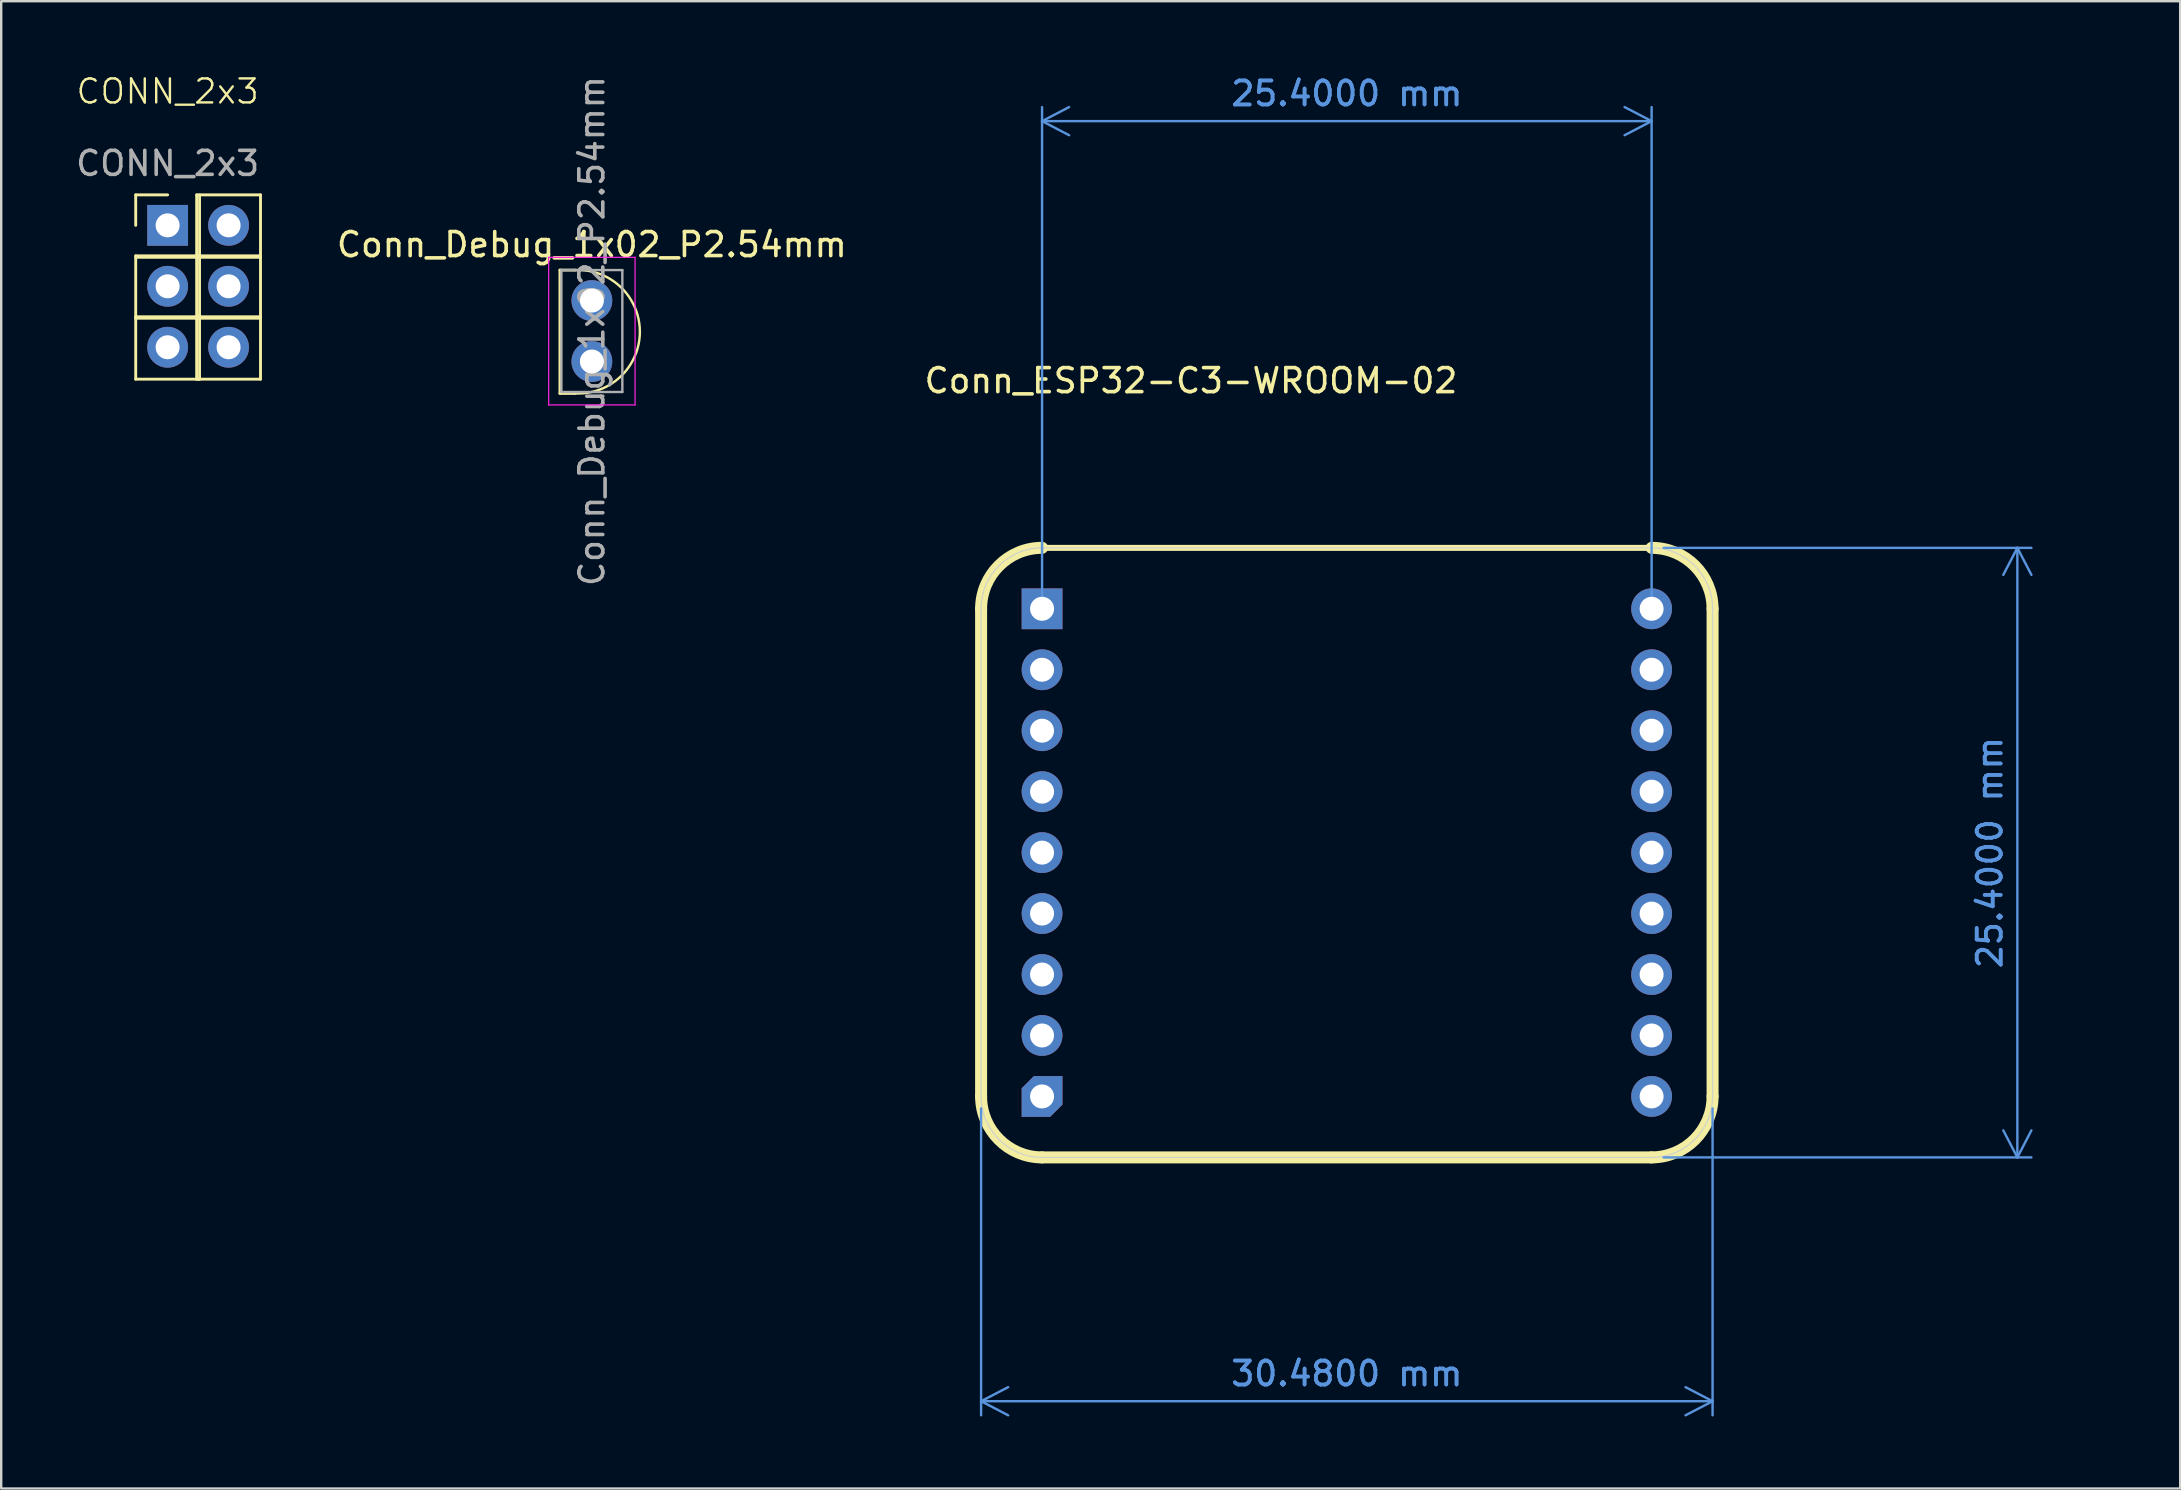
<source format=kicad_pcb>
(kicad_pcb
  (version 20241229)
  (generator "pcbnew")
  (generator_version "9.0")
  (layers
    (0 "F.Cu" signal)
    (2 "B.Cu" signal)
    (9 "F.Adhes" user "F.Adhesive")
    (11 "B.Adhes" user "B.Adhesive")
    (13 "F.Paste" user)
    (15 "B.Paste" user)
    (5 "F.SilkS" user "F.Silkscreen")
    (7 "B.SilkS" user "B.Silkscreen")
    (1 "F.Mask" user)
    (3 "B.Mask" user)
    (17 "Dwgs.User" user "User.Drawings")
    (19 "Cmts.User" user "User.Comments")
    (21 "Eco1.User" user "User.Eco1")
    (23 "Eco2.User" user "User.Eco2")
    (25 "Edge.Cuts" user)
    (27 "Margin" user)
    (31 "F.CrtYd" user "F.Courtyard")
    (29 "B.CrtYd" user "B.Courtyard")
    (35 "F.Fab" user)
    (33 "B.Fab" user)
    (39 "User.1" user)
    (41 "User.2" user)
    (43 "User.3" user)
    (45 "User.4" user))
  (footprint "Conn_ESP32-C3-WROOM-02"
    (layer "F.Cu")
    (at 55.612 27.398)
    (property "Reference" "Conn_ESP32-C3-WROOM-02" (at -9.035 -14.585 0) (layer "F.SilkS") (effects (font (size 1 1) (thickness 0.15))))
    (attr smd)
    (fp_line (start -17.78 -5.08) (end -17.78 15.24) (stroke (width 0.5) (type default)) (layer "F.SilkS"))
    (fp_line (start -15.24 -7.62) (end 10.16 -7.62) (stroke (width 0.25) (type default)) (layer "F.SilkS"))
    (fp_line (start -15.24 17.78) (end 10.16 17.78) (stroke (width 0.5) (type default)) (layer "F.SilkS"))
    (fp_line (start 12.7 -5.08) (end 12.7 15.24) (stroke (width 0.5) (type default)) (layer "F.SilkS"))
    (fp_arc (start -17.78 -5.08) (mid -17.036051 -6.876051) (end -15.24 -7.62) (stroke (width 0.5) (type default)) (layer "F.SilkS"))
    (fp_arc (start -15.24 17.78) (mid -17.036051 17.036051) (end -17.78 15.24) (stroke (width 0.5) (type default)) (layer "F.SilkS"))
    (fp_arc (start 10.16 -7.62) (mid 11.956051 -6.876051) (end 12.7 -5.08) (stroke (width 0.5) (type default)) (layer "F.SilkS"))
    (fp_arc (start 12.7 15.24) (mid 11.956051 17.036051) (end 10.16 17.78) (stroke (width 0.5) (type default)) (layer "F.SilkS"))
    (fp_line (start -17.78 15.24) (end -17.78 -5.08) (stroke (width 0.05) (type default)) (layer "Edge.Cuts"))
    (fp_line (start -15.24 -7.62) (end 10.16 -7.62) (stroke (width 0.05) (type default)) (layer "Edge.Cuts"))
    (fp_line (start 10.16 17.78) (end -15.24 17.78) (stroke (width 0.05) (type default)) (layer "Edge.Cuts"))
    (fp_line (start 12.7 -5.08) (end 12.7 15.24) (stroke (width 0.05) (type default)) (layer "Edge.Cuts"))
    (fp_arc (start -17.78 -5.08) (mid -17.036051 -6.876051) (end -15.24 -7.62) (stroke (width 0.05) (type default)) (layer "Edge.Cuts"))
    (fp_arc (start -15.24 17.78) (mid -17.036051 17.036051) (end -17.78 15.24) (stroke (width 0.05) (type default)) (layer "Edge.Cuts"))
    (fp_arc (start 10.16 -7.62) (mid 11.956051 -6.876051) (end 12.7 -5.08) (stroke (width 0.05) (type default)) (layer "Edge.Cuts"))
    (fp_arc (start 12.7 15.24) (mid 11.956051 17.036051) (end 10.16 17.78) (stroke (width 0.05) (type default)) (layer "Edge.Cuts"))
    (dimension (type aligned) (layer "Cmts.User") (pts (xy 65.772 45.178) (xy 65.772 19.778)) (height 15.24) (format (prefix "") (suffix "") (units 3) (units_format 1) (precision 4)) (style (thickness 0.1) (arrow_length 1.27) (text_position_mode 0) (arrow_direction outward) (extension_height 0.586) (extension_offset 0.5) (keep_text_aligned yes)) (gr_text "25.4000 mm" (at 79.862 32.478 90) (layer "Cmts.User") (effects (font (size 1 1) (thickness 0.15)))))
    (dimension (type aligned) (layer "Cmts.User") (pts (xy 40.372 22.318) (xy 65.772 22.318)) (height -20.32) (format (prefix "") (suffix "") (units 3) (units_format 1) (precision 4)) (style (thickness 0.1) (arrow_length 1.27) (text_position_mode 0) (arrow_direction outward) (extension_height 0.586) (extension_offset 0.5) (keep_text_aligned yes)) (gr_text "25.4000 mm" (at 53.072 0.848 0) (layer "Cmts.User") (effects (font (size 1 1) (thickness 0.15)))))
    (dimension (type aligned) (layer "Cmts.User") (pts (xy 37.832 42.638) (xy 68.312 42.638)) (height 12.7) (format (prefix "") (suffix "") (units 3) (units_format 1) (precision 4)) (style (thickness 0.1) (arrow_length 1.27) (text_position_mode 0) (arrow_direction outward) (extension_height 0.586) (extension_offset 0.5) (keep_text_aligned yes)) (gr_text "30.4800 mm" (at 53.072 54.188 0) (layer "Cmts.User") (effects (font (size 1 1) (thickness 0.15)))))
    (pad "1" thru_hole rect (at -15.24 -5.08) (size 1.7 1.7) (drill 1) (layers "*.Cu" "*.Mask"))
    (pad "2" thru_hole circle (at -15.24 -2.54) (size 1.7 1.7) (drill 1) (layers "*.Cu" "*.Mask"))
    (pad "3" thru_hole circle (at -15.24 0) (size 1.7 1.7) (drill 1) (layers "*.Cu" "*.Mask"))
    (pad "4" thru_hole circle (at -15.24 2.54) (size 1.7 1.7) (drill 1) (layers "*.Cu" "*.Mask"))
    (pad "5" thru_hole circle (at -15.24 5.08) (size 1.7 1.7) (drill 1) (layers "*.Cu" "*.Mask"))
    (pad "6" thru_hole circle (at -15.24 7.62) (size 1.7 1.7) (drill 1) (layers "*.Cu" "*.Mask"))
    (pad "7" thru_hole circle (at -15.24 10.16) (size 1.7 1.7) (drill 1) (layers "*.Cu" "*.Mask"))
    (pad "8" thru_hole circle (at -15.24 12.7) (size 1.7 1.7) (drill 1) (layers "*.Cu" "*.Mask"))
    (pad "9" thru_hole roundrect (at -15.24 15.24) (size 1.7 1.7) (drill 1) (layers "*.Cu" "*.Mask") (roundrect_rratio 0) (chamfer_ratio 0.3) (chamfer top_left bottom_right))
    (pad "10" thru_hole circle (at 10.16 15.24) (size 1.7 1.7) (drill 1) (layers "*.Cu" "*.Mask"))
    (pad "11" thru_hole circle (at 10.16 12.7) (size 1.7 1.7) (drill 1) (layers "*.Cu" "*.Mask"))
    (pad "12" thru_hole circle (at 10.16 10.16) (size 1.7 1.7) (drill 1) (layers "*.Cu" "*.Mask"))
    (pad "13" thru_hole circle (at 10.16 7.62) (size 1.7 1.7) (drill 1) (layers "*.Cu" "*.Mask"))
    (pad "14" thru_hole circle (at 10.16 5.08) (size 1.7 1.7) (drill 1) (layers "*.Cu" "*.Mask"))
    (pad "15" thru_hole circle (at 10.16 2.54) (size 1.7 1.7) (drill 1) (layers "*.Cu" "*.Mask"))
    (pad "16" thru_hole circle (at 10.16 0) (size 1.7 1.7) (drill 1) (layers "*.Cu" "*.Mask"))
    (pad "17" thru_hole circle (at 10.16 -2.54) (size 1.7 1.7) (drill 1) (layers "*.Cu" "*.Mask"))
    (pad "18" thru_hole circle (at 10.16 -5.08) (size 1.7 1.7) (drill 1) (layers "*.Cu" "*.Mask")))
  (footprint "CONN_2x3"
    (layer "F.Cu")
    (at 3.935 1.26)
    (property "Reference" "CONN_2x3" (at 0 -0.5 0) (unlocked yes) (layer "F.SilkS") (effects (font (size 1 1) (thickness 0.1))))
    (attr through_hole)
    (fp_line (start -1.33 3.81) (end -1.33 5.08) (stroke (width 0.12) (type solid)) (layer "F.SilkS"))
    (fp_line (start -1.33 3.81) (end 0 3.81) (stroke (width 0.12) (type solid)) (layer "F.SilkS"))
    (fp_line (start -1.33 6.35) (end -1.33 8.95) (stroke (width 0.12) (type solid)) (layer "F.SilkS"))
    (fp_line (start -1.33 6.35) (end 1.33 6.35) (stroke (width 0.12) (type solid)) (layer "F.SilkS"))
    (fp_line (start -1.33 6.41) (end 1.33 6.41) (stroke (width 0.12) (type solid)) (layer "F.SilkS"))
    (fp_line (start -1.33 8.89) (end -1.33 11.49) (stroke (width 0.12) (type solid)) (layer "F.SilkS"))
    (fp_line (start -1.33 8.89) (end 1.33 8.89) (stroke (width 0.12) (type solid)) (layer "F.SilkS"))
    (fp_line (start -1.33 8.95) (end 1.33 8.95) (stroke (width 0.12) (type solid)) (layer "F.SilkS"))
    (fp_line (start -1.33 11.49) (end 1.33 11.49) (stroke (width 0.12) (type solid)) (layer "F.SilkS"))
    (fp_line (start 1.21 3.81) (end 1.21 6.41) (stroke (width 0.12) (type solid)) (layer "F.SilkS"))
    (fp_line (start 1.21 3.81) (end 3.87 3.81) (stroke (width 0.12) (type solid)) (layer "F.SilkS"))
    (fp_line (start 1.21 6.35) (end 1.21 8.95) (stroke (width 0.12) (type solid)) (layer "F.SilkS"))
    (fp_line (start 1.21 6.35) (end 3.87 6.35) (stroke (width 0.12) (type solid)) (layer "F.SilkS"))
    (fp_line (start 1.21 6.41) (end 3.87 6.41) (stroke (width 0.12) (type solid)) (layer "F.SilkS"))
    (fp_line (start 1.21 8.89) (end 1.21 11.49) (stroke (width 0.12) (type solid)) (layer "F.SilkS"))
    (fp_line (start 1.21 8.89) (end 3.87 8.89) (stroke (width 0.12) (type solid)) (layer "F.SilkS"))
    (fp_line (start 1.21 8.95) (end 3.87 8.95) (stroke (width 0.12) (type solid)) (layer "F.SilkS"))
    (fp_line (start 1.21 11.49) (end 3.87 11.49) (stroke (width 0.12) (type solid)) (layer "F.SilkS"))
    (fp_line (start 1.33 3.81) (end 1.33 6.41) (stroke (width 0.12) (type solid)) (layer "F.SilkS"))
    (fp_line (start 1.33 6.35) (end 1.33 8.95) (stroke (width 0.12) (type solid)) (layer "F.SilkS"))
    (fp_line (start 1.33 8.89) (end 1.33 11.49) (stroke (width 0.12) (type solid)) (layer "F.SilkS"))
    (fp_line (start 3.87 3.81) (end 3.87 6.41) (stroke (width 0.12) (type solid)) (layer "F.SilkS"))
    (fp_line (start 3.87 6.35) (end 3.87 8.95) (stroke (width 0.12) (type solid)) (layer "F.SilkS"))
    (fp_line (start 3.87 8.89) (end 3.87 11.49) (stroke (width 0.12) (type solid)) (layer "F.SilkS"))
    (fp_text user "${REFERENCE}" (at 0 2.5 0) (unlocked yes) (layer "F.Fab") (effects (font (size 1 1) (thickness 0.15))))
    (pad "1" thru_hole rect (at 0 5.08) (size 1.7 1.7) (drill 1) (layers "*.Cu" "*.Mask"))
    (pad "2" thru_hole oval (at 0 7.62) (size 1.7 1.7) (drill 1) (layers "*.Cu" "*.Mask"))
    (pad "3" thru_hole oval (at 0 10.16) (size 1.7 1.7) (drill 1) (layers "*.Cu" "*.Mask"))
    (pad "4" thru_hole oval (at 2.54 5.08) (size 1.7 1.7) (drill 1) (layers "*.Cu" "*.Mask"))
    (pad "5" thru_hole oval (at 2.54 7.62) (size 1.7 1.7) (drill 1) (layers "*.Cu" "*.Mask"))
    (pad "6" thru_hole oval (at 2.54 10.16) (size 1.7 1.7) (drill 1) (layers "*.Cu" "*.Mask")))
  (footprint "Conn_Debug_1x02_P2.54mm"
    (layer "F.Cu")
    (at 21.613 9.474)
    (property "Reference" "Conn_Debug_1x02_P2.54mm" (at 0 -2.33 0) (layer "F.SilkS") (effects (font (size 1 1) (thickness 0.15))))
    (attr through_hole)
    (fp_line (start -1.33 -1.27) (end -1.33 3.87) (stroke (width 0.12) (type solid)) (layer "F.SilkS"))
    (fp_line (start -1.33 -1.27) (end -0.693 -1.27) (stroke (width 0.12) (type solid)) (layer "F.SilkS"))
    (fp_line (start -1.33 3.87) (end -0.693 3.87) (stroke (width 0.12) (type solid)) (layer "F.SilkS"))
    (fp_arc (start -0.6928 -1.27) (mid 2 1.3) (end -0.6928 3.87) (stroke (width 0.1) (type default)) (layer "F.SilkS"))
    (fp_line (start -1.8 -1.8) (end -1.8 4.35) (stroke (width 0.05) (type solid)) (layer "F.CrtYd"))
    (fp_line (start -1.8 4.35) (end 1.8 4.35) (stroke (width 0.05) (type solid)) (layer "F.CrtYd"))
    (fp_line (start 1.8 -1.8) (end -1.8 -1.8) (stroke (width 0.05) (type solid)) (layer "F.CrtYd"))
    (fp_line (start 1.8 4.35) (end 1.8 -1.8) (stroke (width 0.05) (type solid)) (layer "F.CrtYd"))
    (fp_line (start -1.27 -1.27) (end 1.27 -1.27) (stroke (width 0.1) (type solid)) (layer "F.Fab"))
    (fp_line (start -1.27 3.81) (end -1.27 -1.27) (stroke (width 0.1) (type solid)) (layer "F.Fab"))
    (fp_line (start 1.27 -1.27) (end 1.27 3.81) (stroke (width 0.1) (type solid)) (layer "F.Fab"))
    (fp_line (start 1.27 3.81) (end -1.27 3.81) (stroke (width 0.1) (type solid)) (layer "F.Fab"))
    (fp_text user "${REFERENCE}" (at 0 1.27 90) (layer "F.Fab") (effects (font (size 1 1) (thickness 0.15))))
    (pad "1" thru_hole circle (at 0 0) (size 1.7 1.7) (drill 1) (layers "*.Cu" "*.Mask"))
    (pad "1" thru_hole oval (at 0 2.54) (size 1.7 1.7) (drill 1) (layers "*.Cu" "*.Mask")))
  (gr_rect
    (start -3 -3)
    (end 87.797 58.975)
    (stroke (width 0.1) (type default))
    (fill no)
    (layer "Edge.Cuts")))
</source>
